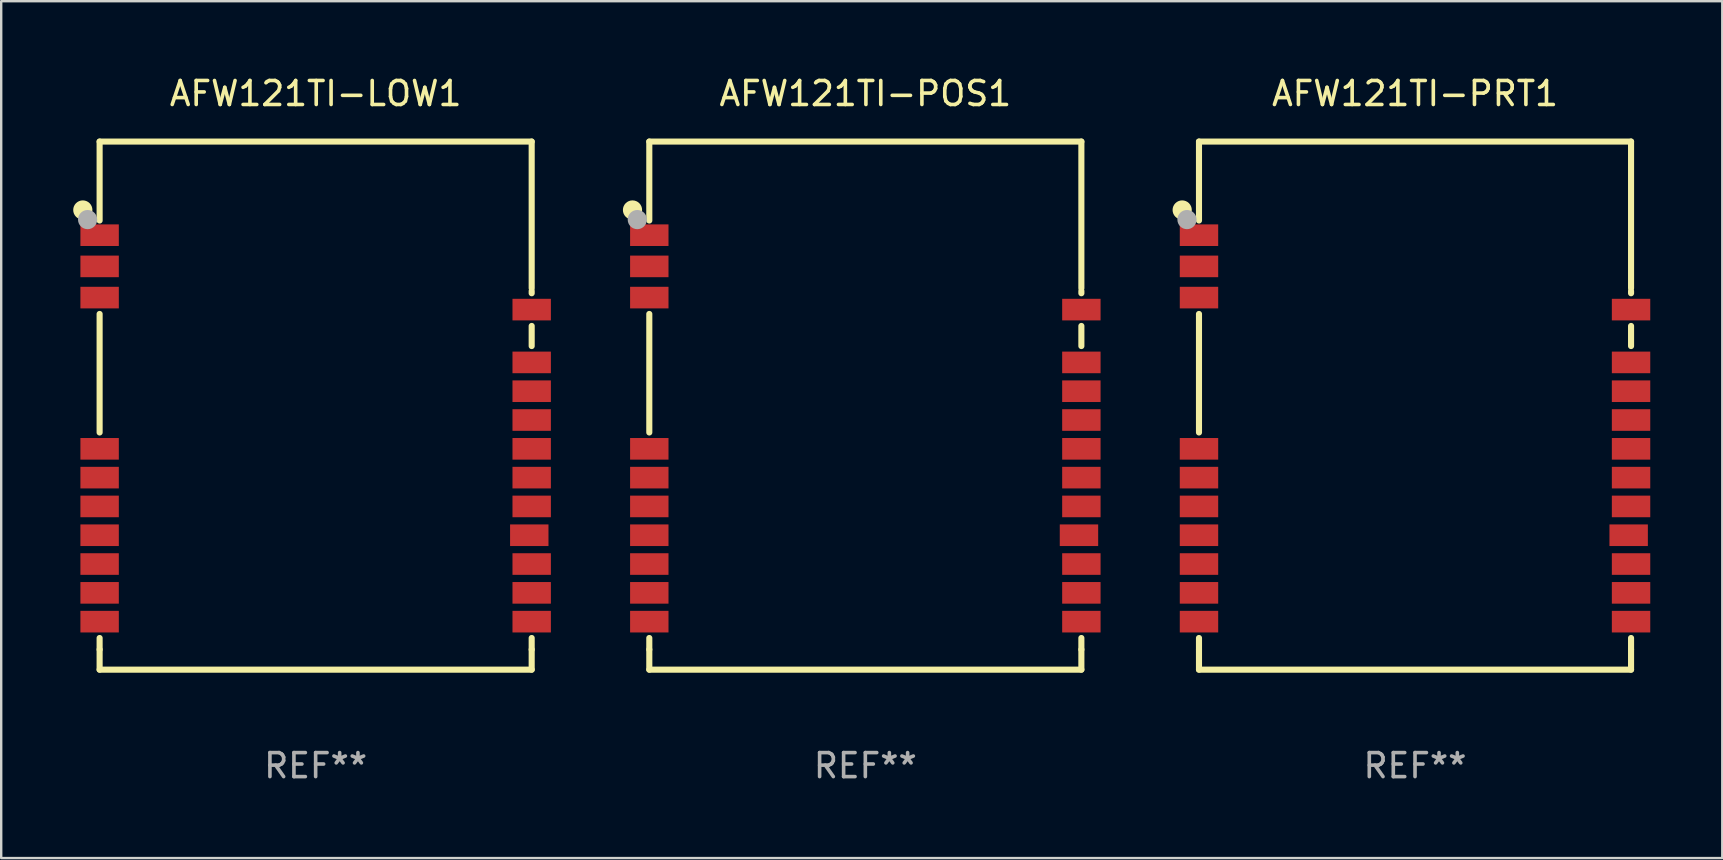
<source format=kicad_pcb>
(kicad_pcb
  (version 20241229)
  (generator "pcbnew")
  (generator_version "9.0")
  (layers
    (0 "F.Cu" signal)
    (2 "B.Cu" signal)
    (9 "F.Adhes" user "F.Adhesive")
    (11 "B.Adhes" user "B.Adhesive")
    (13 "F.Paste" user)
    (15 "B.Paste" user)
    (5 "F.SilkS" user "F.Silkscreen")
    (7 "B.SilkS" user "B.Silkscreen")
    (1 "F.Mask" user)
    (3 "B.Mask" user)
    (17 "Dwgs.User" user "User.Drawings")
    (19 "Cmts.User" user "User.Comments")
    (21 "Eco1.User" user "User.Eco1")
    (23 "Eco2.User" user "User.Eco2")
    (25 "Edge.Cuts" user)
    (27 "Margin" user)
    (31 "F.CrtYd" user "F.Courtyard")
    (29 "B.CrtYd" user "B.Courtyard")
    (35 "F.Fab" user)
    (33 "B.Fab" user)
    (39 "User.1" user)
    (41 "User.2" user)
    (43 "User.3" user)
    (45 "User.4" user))
  (footprint "AFW121TI-PRT1"
    (layer "F.Cu")
    (at 55.9 13.848)
    (property "Reference" "AFW121TI-PRT1" (at 0 -13 0) (layer "F.SilkS") (effects (font (size 1 1) (thickness 0.15))))
    (attr through_hole)
    (fp_line (start -9 -11) (end -9 -7.711) (stroke (width 0.254) (type solid)) (layer "F.SilkS"))
    (fp_line (start -9 1.119) (end -9 -3.819) (stroke (width 0.254) (type solid)) (layer "F.SilkS"))
    (fp_line (start -9 10.161) (end -9 9.681) (stroke (width 0.254) (type solid)) (layer "F.SilkS"))
    (fp_line (start -9 10.161) (end -9 11) (stroke (width 0.254) (type solid)) (layer "F.SilkS"))
    (fp_line (start -9 11) (end 9 11) (stroke (width 0.254) (type solid)) (layer "F.SilkS"))
    (fp_line (start 9 -11) (end -9 -11) (stroke (width 0.254) (type solid)) (layer "F.SilkS"))
    (fp_line (start 9 -4.891) (end 9 -11) (stroke (width 0.254) (type solid)) (layer "F.SilkS"))
    (fp_line (start 9 -4.681) (end 9 -4.775) (stroke (width 0.254) (type solid)) (layer "F.SilkS"))
    (fp_line (start 9 -2.481) (end 9 -3.319) (stroke (width 0.254) (type solid)) (layer "F.SilkS"))
    (fp_line (start 9 10.161) (end 9 9.681) (stroke (width 0.254) (type solid)) (layer "F.SilkS"))
    (fp_line (start 9 11) (end 9 10.161) (stroke (width 0.254) (type solid)) (layer "F.SilkS"))
    (fp_circle (center -9.7 -8.15) (end -9.5 -8.15) (stroke (width 0.4) (type solid)) (fill no) (layer "F.SilkS"))
    (fp_circle (center -9 -11) (end -8.97 -11) (stroke (width 0.06) (type solid)) (fill no) (layer "F.SilkS"))
    (fp_circle (center -9.5 -7.75) (end -9.3 -7.75) (stroke (width 0.4) (type solid)) (fill no) (layer "F.Fab"))
    (fp_text user "REF**" (at 0 15 0) (layer "F.Fab") (effects (font (size 1 1) (thickness 0.15))))
    (pad "1" smd rect (at -9 -7.1) (size 1.6 0.9) (layers "F.Cu" "F.Mask" "F.Paste"))
    (pad "2" smd rect (at -9 -5.8) (size 1.6 0.9) (layers "F.Cu" "F.Mask" "F.Paste"))
    (pad "3" smd rect (at -9 -4.5) (size 1.6 0.9) (layers "F.Cu" "F.Mask" "F.Paste"))
    (pad "4" smd rect (at -9 1.8) (size 1.6 0.9) (layers "F.Cu" "F.Mask" "F.Paste"))
    (pad "5" smd rect (at -9 3) (size 1.6 0.9) (layers "F.Cu" "F.Mask" "F.Paste"))
    (pad "6" smd rect (at -9 4.2) (size 1.6 0.9) (layers "F.Cu" "F.Mask" "F.Paste"))
    (pad "7" smd rect (at -9 5.4) (size 1.6 0.9) (layers "F.Cu" "F.Mask" "F.Paste"))
    (pad "8" smd rect (at -9 6.6) (size 1.6 0.9) (layers "F.Cu" "F.Mask" "F.Paste"))
    (pad "9" smd rect (at -9 7.8) (size 1.6 0.9) (layers "F.Cu" "F.Mask" "F.Paste"))
    (pad "10" smd rect (at -9 9) (size 1.6 0.9) (layers "F.Cu" "F.Mask" "F.Paste"))
    (pad "11" smd rect (at 9 9) (size 1.6 0.9) (layers "F.Cu" "F.Mask" "F.Paste"))
    (pad "12" smd rect (at 9 7.8) (size 1.6 0.9) (layers "F.Cu" "F.Mask" "F.Paste"))
    (pad "13" smd rect (at 9 6.6) (size 1.6 0.9) (layers "F.Cu" "F.Mask" "F.Paste"))
    (pad "14" smd rect (at 8.9 5.4) (size 1.6 0.9) (layers "F.Cu" "F.Mask" "F.Paste"))
    (pad "15" smd rect (at 9 4.2) (size 1.6 0.9) (layers "F.Cu" "F.Mask" "F.Paste"))
    (pad "16" smd rect (at 9 3) (size 1.6 0.9) (layers "F.Cu" "F.Mask" "F.Paste"))
    (pad "17" smd rect (at 9 1.8) (size 1.6 0.9) (layers "F.Cu" "F.Mask" "F.Paste"))
    (pad "18" smd rect (at 9 0.6) (size 1.6 0.9) (layers "F.Cu" "F.Mask" "F.Paste"))
    (pad "19" smd rect (at 9 -0.6) (size 1.6 0.9) (layers "F.Cu" "F.Mask" "F.Paste"))
    (pad "20" smd rect (at 9 -1.8) (size 1.6 0.9) (layers "F.Cu" "F.Mask" "F.Paste"))
    (pad "21" smd rect (at 9 -4) (size 1.6 0.9) (layers "F.Cu" "F.Mask" "F.Paste")))
  (footprint "AFW121TI-POS1"
    (layer "F.Cu")
    (at 33 13.848)
    (property "Reference" "AFW121TI-POS1" (at 0 -13 0) (layer "F.SilkS") (effects (font (size 1 1) (thickness 0.15))))
    (attr through_hole)
    (fp_line (start -9 -11) (end -9 -7.711) (stroke (width 0.254) (type solid)) (layer "F.SilkS"))
    (fp_line (start -9 1.119) (end -9 -3.819) (stroke (width 0.254) (type solid)) (layer "F.SilkS"))
    (fp_line (start -9 10.161) (end -9 9.681) (stroke (width 0.254) (type solid)) (layer "F.SilkS"))
    (fp_line (start -9 10.161) (end -9 11) (stroke (width 0.254) (type solid)) (layer "F.SilkS"))
    (fp_line (start -9 11) (end 9 11) (stroke (width 0.254) (type solid)) (layer "F.SilkS"))
    (fp_line (start 9 -11) (end -9 -11) (stroke (width 0.254) (type solid)) (layer "F.SilkS"))
    (fp_line (start 9 -4.891) (end 9 -11) (stroke (width 0.254) (type solid)) (layer "F.SilkS"))
    (fp_line (start 9 -4.681) (end 9 -4.775) (stroke (width 0.254) (type solid)) (layer "F.SilkS"))
    (fp_line (start 9 -2.481) (end 9 -3.319) (stroke (width 0.254) (type solid)) (layer "F.SilkS"))
    (fp_line (start 9 10.161) (end 9 9.681) (stroke (width 0.254) (type solid)) (layer "F.SilkS"))
    (fp_line (start 9 11) (end 9 10.161) (stroke (width 0.254) (type solid)) (layer "F.SilkS"))
    (fp_circle (center -9.7 -8.15) (end -9.5 -8.15) (stroke (width 0.4) (type solid)) (fill no) (layer "F.SilkS"))
    (fp_circle (center -9 -11) (end -8.97 -11) (stroke (width 0.06) (type solid)) (fill no) (layer "F.SilkS"))
    (fp_circle (center -9.5 -7.75) (end -9.3 -7.75) (stroke (width 0.4) (type solid)) (fill no) (layer "F.Fab"))
    (fp_text user "REF**" (at 0 15 0) (layer "F.Fab") (effects (font (size 1 1) (thickness 0.15))))
    (pad "1" smd rect (at -9 -7.1) (size 1.6 0.9) (layers "F.Cu" "F.Mask" "F.Paste"))
    (pad "2" smd rect (at -9 -5.8) (size 1.6 0.9) (layers "F.Cu" "F.Mask" "F.Paste"))
    (pad "3" smd rect (at -9 -4.5) (size 1.6 0.9) (layers "F.Cu" "F.Mask" "F.Paste"))
    (pad "4" smd rect (at -9 1.8) (size 1.6 0.9) (layers "F.Cu" "F.Mask" "F.Paste"))
    (pad "5" smd rect (at -9 3) (size 1.6 0.9) (layers "F.Cu" "F.Mask" "F.Paste"))
    (pad "6" smd rect (at -9 4.2) (size 1.6 0.9) (layers "F.Cu" "F.Mask" "F.Paste"))
    (pad "7" smd rect (at -9 5.4) (size 1.6 0.9) (layers "F.Cu" "F.Mask" "F.Paste"))
    (pad "8" smd rect (at -9 6.6) (size 1.6 0.9) (layers "F.Cu" "F.Mask" "F.Paste"))
    (pad "9" smd rect (at -9 7.8) (size 1.6 0.9) (layers "F.Cu" "F.Mask" "F.Paste"))
    (pad "10" smd rect (at -9 9) (size 1.6 0.9) (layers "F.Cu" "F.Mask" "F.Paste"))
    (pad "11" smd rect (at 9 9) (size 1.6 0.9) (layers "F.Cu" "F.Mask" "F.Paste"))
    (pad "12" smd rect (at 9 7.8) (size 1.6 0.9) (layers "F.Cu" "F.Mask" "F.Paste"))
    (pad "13" smd rect (at 9 6.6) (size 1.6 0.9) (layers "F.Cu" "F.Mask" "F.Paste"))
    (pad "14" smd rect (at 8.9 5.4) (size 1.6 0.9) (layers "F.Cu" "F.Mask" "F.Paste"))
    (pad "15" smd rect (at 9 4.2) (size 1.6 0.9) (layers "F.Cu" "F.Mask" "F.Paste"))
    (pad "16" smd rect (at 9 3) (size 1.6 0.9) (layers "F.Cu" "F.Mask" "F.Paste"))
    (pad "17" smd rect (at 9 1.8) (size 1.6 0.9) (layers "F.Cu" "F.Mask" "F.Paste"))
    (pad "18" smd rect (at 9 0.6) (size 1.6 0.9) (layers "F.Cu" "F.Mask" "F.Paste"))
    (pad "19" smd rect (at 9 -0.6) (size 1.6 0.9) (layers "F.Cu" "F.Mask" "F.Paste"))
    (pad "20" smd rect (at 9 -1.8) (size 1.6 0.9) (layers "F.Cu" "F.Mask" "F.Paste"))
    (pad "21" smd rect (at 9 -4) (size 1.6 0.9) (layers "F.Cu" "F.Mask" "F.Paste")))
  (footprint "AFW121TI-LOW1"
    (layer "F.Cu")
    (at 10.1 13.848)
    (property "Reference" "AFW121TI-LOW1" (at 0 -13 0) (layer "F.SilkS") (effects (font (size 1 1) (thickness 0.15))))
    (attr through_hole)
    (fp_line (start -9 -11) (end -9 -7.711) (stroke (width 0.254) (type solid)) (layer "F.SilkS"))
    (fp_line (start -9 1.119) (end -9 -3.819) (stroke (width 0.254) (type solid)) (layer "F.SilkS"))
    (fp_line (start -9 10.161) (end -9 9.681) (stroke (width 0.254) (type solid)) (layer "F.SilkS"))
    (fp_line (start -9 10.161) (end -9 11) (stroke (width 0.254) (type solid)) (layer "F.SilkS"))
    (fp_line (start -9 11) (end 9 11) (stroke (width 0.254) (type solid)) (layer "F.SilkS"))
    (fp_line (start 9 -11) (end -9 -11) (stroke (width 0.254) (type solid)) (layer "F.SilkS"))
    (fp_line (start 9 -4.891) (end 9 -11) (stroke (width 0.254) (type solid)) (layer "F.SilkS"))
    (fp_line (start 9 -4.681) (end 9 -4.775) (stroke (width 0.254) (type solid)) (layer "F.SilkS"))
    (fp_line (start 9 -2.481) (end 9 -3.319) (stroke (width 0.254) (type solid)) (layer "F.SilkS"))
    (fp_line (start 9 10.161) (end 9 9.681) (stroke (width 0.254) (type solid)) (layer "F.SilkS"))
    (fp_line (start 9 11) (end 9 10.161) (stroke (width 0.254) (type solid)) (layer "F.SilkS"))
    (fp_circle (center -9.7 -8.15) (end -9.5 -8.15) (stroke (width 0.4) (type solid)) (fill no) (layer "F.SilkS"))
    (fp_circle (center -9 -11) (end -8.97 -11) (stroke (width 0.06) (type solid)) (fill no) (layer "F.SilkS"))
    (fp_circle (center -9.5 -7.75) (end -9.3 -7.75) (stroke (width 0.4) (type solid)) (fill no) (layer "F.Fab"))
    (fp_text user "REF**" (at 0 15 0) (layer "F.Fab") (effects (font (size 1 1) (thickness 0.15))))
    (pad "1" smd rect (at -9 -7.1) (size 1.6 0.9) (layers "F.Cu" "F.Mask" "F.Paste"))
    (pad "2" smd rect (at -9 -5.8) (size 1.6 0.9) (layers "F.Cu" "F.Mask" "F.Paste"))
    (pad "3" smd rect (at -9 -4.5) (size 1.6 0.9) (layers "F.Cu" "F.Mask" "F.Paste"))
    (pad "4" smd rect (at -9 1.8) (size 1.6 0.9) (layers "F.Cu" "F.Mask" "F.Paste"))
    (pad "5" smd rect (at -9 3) (size 1.6 0.9) (layers "F.Cu" "F.Mask" "F.Paste"))
    (pad "6" smd rect (at -9 4.2) (size 1.6 0.9) (layers "F.Cu" "F.Mask" "F.Paste"))
    (pad "7" smd rect (at -9 5.4) (size 1.6 0.9) (layers "F.Cu" "F.Mask" "F.Paste"))
    (pad "8" smd rect (at -9 6.6) (size 1.6 0.9) (layers "F.Cu" "F.Mask" "F.Paste"))
    (pad "9" smd rect (at -9 7.8) (size 1.6 0.9) (layers "F.Cu" "F.Mask" "F.Paste"))
    (pad "10" smd rect (at -9 9) (size 1.6 0.9) (layers "F.Cu" "F.Mask" "F.Paste"))
    (pad "11" smd rect (at 9 9) (size 1.6 0.9) (layers "F.Cu" "F.Mask" "F.Paste"))
    (pad "12" smd rect (at 9 7.8) (size 1.6 0.9) (layers "F.Cu" "F.Mask" "F.Paste"))
    (pad "13" smd rect (at 9 6.6) (size 1.6 0.9) (layers "F.Cu" "F.Mask" "F.Paste"))
    (pad "14" smd rect (at 8.9 5.4) (size 1.6 0.9) (layers "F.Cu" "F.Mask" "F.Paste"))
    (pad "15" smd rect (at 9 4.2) (size 1.6 0.9) (layers "F.Cu" "F.Mask" "F.Paste"))
    (pad "16" smd rect (at 9 3) (size 1.6 0.9) (layers "F.Cu" "F.Mask" "F.Paste"))
    (pad "17" smd rect (at 9 1.8) (size 1.6 0.9) (layers "F.Cu" "F.Mask" "F.Paste"))
    (pad "18" smd rect (at 9 0.6) (size 1.6 0.9) (layers "F.Cu" "F.Mask" "F.Paste"))
    (pad "19" smd rect (at 9 -0.6) (size 1.6 0.9) (layers "F.Cu" "F.Mask" "F.Paste"))
    (pad "20" smd rect (at 9 -1.8) (size 1.6 0.9) (layers "F.Cu" "F.Mask" "F.Paste"))
    (pad "21" smd rect (at 9 -4) (size 1.6 0.9) (layers "F.Cu" "F.Mask" "F.Paste")))
  (gr_rect
    (start -3 -3)
    (end 68.7 32.697)
    (stroke (width 0.1) (type default))
    (fill no)
    (layer "Edge.Cuts")))
</source>
